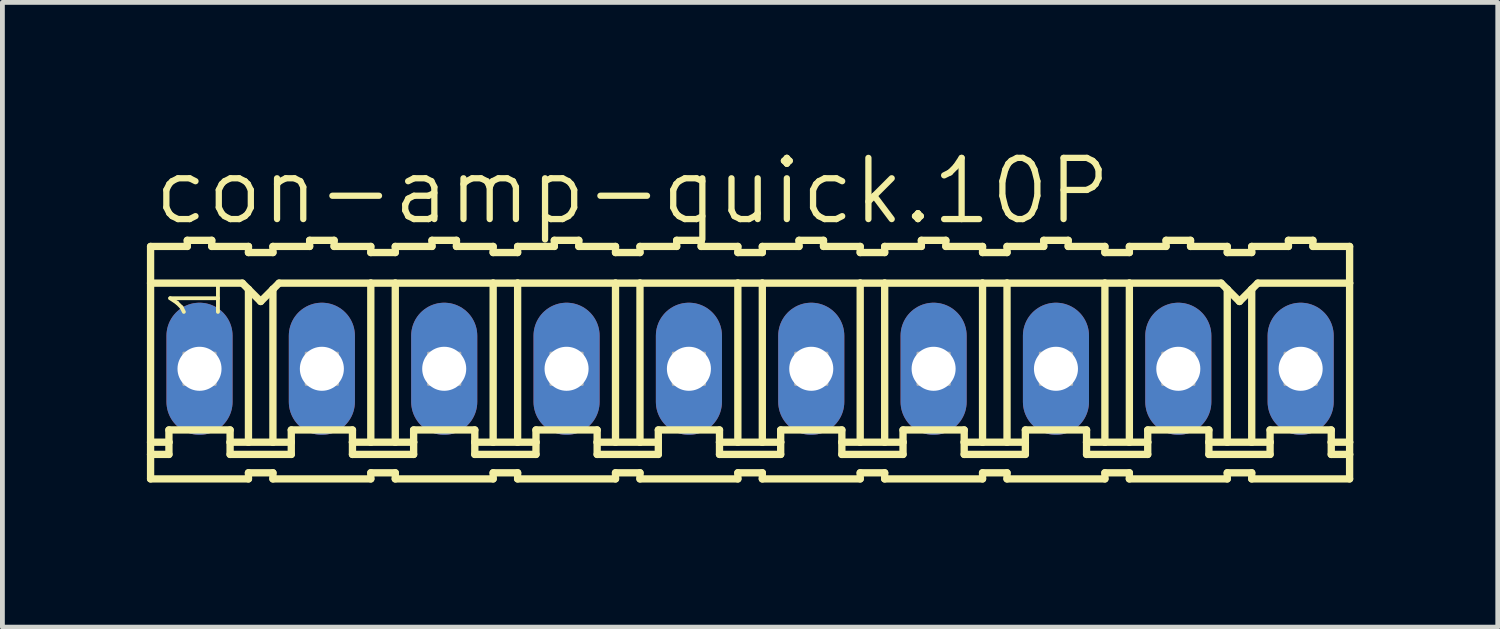
<source format=kicad_pcb>
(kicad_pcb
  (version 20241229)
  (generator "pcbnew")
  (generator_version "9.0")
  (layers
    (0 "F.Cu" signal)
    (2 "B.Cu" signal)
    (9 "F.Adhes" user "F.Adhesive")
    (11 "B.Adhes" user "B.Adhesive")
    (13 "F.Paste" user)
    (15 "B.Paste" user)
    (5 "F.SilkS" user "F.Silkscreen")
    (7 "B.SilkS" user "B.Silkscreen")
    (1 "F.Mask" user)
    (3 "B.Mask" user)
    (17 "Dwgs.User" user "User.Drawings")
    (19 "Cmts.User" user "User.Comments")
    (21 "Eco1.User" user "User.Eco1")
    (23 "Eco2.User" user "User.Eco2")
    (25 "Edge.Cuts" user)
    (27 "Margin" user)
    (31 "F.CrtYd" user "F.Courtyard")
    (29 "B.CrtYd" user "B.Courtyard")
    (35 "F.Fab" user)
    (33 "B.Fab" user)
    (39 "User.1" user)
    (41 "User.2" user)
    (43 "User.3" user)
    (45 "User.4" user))
  (footprint "con-amp-quick.10P"
    (layer "F.Cu")
    (at 12.522 4.606)
    (property "Reference" "con-amp-quick.10P" (at -12.446 -2.946 0) (layer "F.SilkS") (effects (font (size 1.27 1.27) (thickness 0.13)) (justify left bottom)))
    (attr through_hole)
    (fp_line (start -12.446 -2.54) (end -12.446 -1.778) (stroke (width 0.152) (type default)) (layer "F.SilkS"))
    (fp_line (start -12.446 -2.54) (end -11.684 -2.54) (stroke (width 0.152) (type default)) (layer "F.SilkS"))
    (fp_line (start -12.446 -1.778) (end -12.446 1.524) (stroke (width 0.152) (type default)) (layer "F.SilkS"))
    (fp_line (start -12.446 1.524) (end -12.446 1.778) (stroke (width 0.152) (type default)) (layer "F.SilkS"))
    (fp_line (start -12.446 1.778) (end -12.446 2.286) (stroke (width 0.152) (type default)) (layer "F.SilkS"))
    (fp_line (start -12.446 1.778) (end -12.065 1.778) (stroke (width 0.152) (type default)) (layer "F.SilkS"))
    (fp_line (start -12.065 1.27) (end -10.795 1.27) (stroke (width 0.152) (type default)) (layer "F.SilkS"))
    (fp_line (start -12.065 1.524) (end -12.446 1.524) (stroke (width 0.152) (type default)) (layer "F.SilkS"))
    (fp_line (start -12.065 1.524) (end -12.065 1.27) (stroke (width 0.152) (type default)) (layer "F.SilkS"))
    (fp_line (start -12.065 1.778) (end -12.065 1.524) (stroke (width 0.152) (type default)) (layer "F.SilkS"))
    (fp_line (start -11.684 -2.54) (end -11.684 -2.667) (stroke (width 0.152) (type default)) (layer "F.SilkS"))
    (fp_line (start -11.176 -2.667) (end -11.684 -2.667) (stroke (width 0.152) (type default)) (layer "F.SilkS"))
    (fp_line (start -11.176 -2.54) (end -11.176 -2.667) (stroke (width 0.152) (type default)) (layer "F.SilkS"))
    (fp_line (start -10.795 1.524) (end -10.795 1.27) (stroke (width 0.152) (type default)) (layer "F.SilkS"))
    (fp_line (start -10.795 1.524) (end -10.414 1.524) (stroke (width 0.152) (type default)) (layer "F.SilkS"))
    (fp_line (start -10.795 1.778) (end -10.795 1.524) (stroke (width 0.152) (type default)) (layer "F.SilkS"))
    (fp_line (start -10.541 -1.778) (end -12.446 -1.778) (stroke (width 0.152) (type default)) (layer "F.SilkS"))
    (fp_line (start -10.541 -1.778) (end -10.414 -1.651) (stroke (width 0.152) (type default)) (layer "F.SilkS"))
    (fp_line (start -10.414 -2.54) (end -11.176 -2.54) (stroke (width 0.152) (type default)) (layer "F.SilkS"))
    (fp_line (start -10.414 -2.413) (end -10.414 -2.54) (stroke (width 0.152) (type default)) (layer "F.SilkS"))
    (fp_line (start -10.414 -2.413) (end -9.906 -2.413) (stroke (width 0.152) (type default)) (layer "F.SilkS"))
    (fp_line (start -10.414 -1.651) (end -10.414 1.524) (stroke (width 0.152) (type default)) (layer "F.SilkS"))
    (fp_line (start -10.414 -1.651) (end -10.16 -1.397) (stroke (width 0.152) (type default)) (layer "F.SilkS"))
    (fp_line (start -10.414 1.524) (end -9.906 1.524) (stroke (width 0.152) (type default)) (layer "F.SilkS"))
    (fp_line (start -10.414 2.159) (end -10.414 2.286) (stroke (width 0.152) (type default)) (layer "F.SilkS"))
    (fp_line (start -10.414 2.286) (end -12.446 2.286) (stroke (width 0.152) (type default)) (layer "F.SilkS"))
    (fp_line (start -10.16 -1.397) (end -9.906 -1.651) (stroke (width 0.152) (type default)) (layer "F.SilkS"))
    (fp_line (start -9.906 -2.54) (end -9.144 -2.54) (stroke (width 0.152) (type default)) (layer "F.SilkS"))
    (fp_line (start -9.906 -2.413) (end -9.906 -2.54) (stroke (width 0.152) (type default)) (layer "F.SilkS"))
    (fp_line (start -9.906 -1.651) (end -9.906 1.524) (stroke (width 0.152) (type default)) (layer "F.SilkS"))
    (fp_line (start -9.906 -1.651) (end -9.779 -1.778) (stroke (width 0.152) (type default)) (layer "F.SilkS"))
    (fp_line (start -9.906 1.524) (end -9.525 1.524) (stroke (width 0.152) (type default)) (layer "F.SilkS"))
    (fp_line (start -9.906 2.159) (end -10.414 2.159) (stroke (width 0.152) (type default)) (layer "F.SilkS"))
    (fp_line (start -9.906 2.159) (end -9.906 2.286) (stroke (width 0.152) (type default)) (layer "F.SilkS"))
    (fp_line (start -9.906 2.286) (end -7.874 2.286) (stroke (width 0.152) (type default)) (layer "F.SilkS"))
    (fp_line (start -9.779 -1.778) (end -7.874 -1.778) (stroke (width 0.152) (type default)) (layer "F.SilkS"))
    (fp_line (start -9.525 1.27) (end -8.255 1.27) (stroke (width 0.152) (type default)) (layer "F.SilkS"))
    (fp_line (start -9.525 1.524) (end -9.525 1.27) (stroke (width 0.152) (type default)) (layer "F.SilkS"))
    (fp_line (start -9.525 1.778) (end -10.795 1.778) (stroke (width 0.152) (type default)) (layer "F.SilkS"))
    (fp_line (start -9.525 1.778) (end -9.525 1.524) (stroke (width 0.152) (type default)) (layer "F.SilkS"))
    (fp_line (start -9.144 -2.54) (end -9.144 -2.667) (stroke (width 0.152) (type default)) (layer "F.SilkS"))
    (fp_line (start -8.636 -2.667) (end -9.144 -2.667) (stroke (width 0.152) (type default)) (layer "F.SilkS"))
    (fp_line (start -8.636 -2.54) (end -8.636 -2.667) (stroke (width 0.152) (type default)) (layer "F.SilkS"))
    (fp_line (start -8.636 -2.54) (end -7.874 -2.54) (stroke (width 0.152) (type default)) (layer "F.SilkS"))
    (fp_line (start -8.255 1.524) (end -8.255 1.27) (stroke (width 0.152) (type default)) (layer "F.SilkS"))
    (fp_line (start -8.255 1.524) (end -7.874 1.524) (stroke (width 0.152) (type default)) (layer "F.SilkS"))
    (fp_line (start -8.255 1.778) (end -8.255 1.524) (stroke (width 0.152) (type default)) (layer "F.SilkS"))
    (fp_line (start -8.255 1.778) (end -6.985 1.778) (stroke (width 0.152) (type default)) (layer "F.SilkS"))
    (fp_line (start -7.874 -2.413) (end -7.874 -2.54) (stroke (width 0.152) (type default)) (layer "F.SilkS"))
    (fp_line (start -7.874 -1.778) (end -7.874 1.524) (stroke (width 0.152) (type default)) (layer "F.SilkS"))
    (fp_line (start -7.874 -1.778) (end -7.366 -1.778) (stroke (width 0.152) (type default)) (layer "F.SilkS"))
    (fp_line (start -7.874 1.524) (end -7.366 1.524) (stroke (width 0.152) (type default)) (layer "F.SilkS"))
    (fp_line (start -7.874 2.159) (end -7.874 2.286) (stroke (width 0.152) (type default)) (layer "F.SilkS"))
    (fp_line (start -7.366 -2.54) (end -6.604 -2.54) (stroke (width 0.152) (type default)) (layer "F.SilkS"))
    (fp_line (start -7.366 -2.413) (end -7.874 -2.413) (stroke (width 0.152) (type default)) (layer "F.SilkS"))
    (fp_line (start -7.366 -2.413) (end -7.366 -2.54) (stroke (width 0.152) (type default)) (layer "F.SilkS"))
    (fp_line (start -7.366 -1.778) (end -7.366 1.524) (stroke (width 0.152) (type default)) (layer "F.SilkS"))
    (fp_line (start -7.366 -1.778) (end -5.334 -1.778) (stroke (width 0.152) (type default)) (layer "F.SilkS"))
    (fp_line (start -7.366 1.524) (end -6.985 1.524) (stroke (width 0.152) (type default)) (layer "F.SilkS"))
    (fp_line (start -7.366 2.159) (end -7.874 2.159) (stroke (width 0.152) (type default)) (layer "F.SilkS"))
    (fp_line (start -7.366 2.159) (end -7.366 2.286) (stroke (width 0.152) (type default)) (layer "F.SilkS"))
    (fp_line (start -6.985 1.27) (end -5.715 1.27) (stroke (width 0.152) (type default)) (layer "F.SilkS"))
    (fp_line (start -6.985 1.524) (end -6.985 1.27) (stroke (width 0.152) (type default)) (layer "F.SilkS"))
    (fp_line (start -6.985 1.778) (end -6.985 1.524) (stroke (width 0.152) (type default)) (layer "F.SilkS"))
    (fp_line (start -6.604 -2.54) (end -6.604 -2.667) (stroke (width 0.152) (type default)) (layer "F.SilkS"))
    (fp_line (start -6.096 -2.667) (end -6.604 -2.667) (stroke (width 0.152) (type default)) (layer "F.SilkS"))
    (fp_line (start -6.096 -2.54) (end -6.096 -2.667) (stroke (width 0.152) (type default)) (layer "F.SilkS"))
    (fp_line (start -6.096 -2.54) (end -5.334 -2.54) (stroke (width 0.152) (type default)) (layer "F.SilkS"))
    (fp_line (start -5.715 1.524) (end -5.715 1.27) (stroke (width 0.152) (type default)) (layer "F.SilkS"))
    (fp_line (start -5.715 1.524) (end -5.334 1.524) (stroke (width 0.152) (type default)) (layer "F.SilkS"))
    (fp_line (start -5.715 1.778) (end -5.715 1.524) (stroke (width 0.152) (type default)) (layer "F.SilkS"))
    (fp_line (start -5.334 -2.54) (end -5.334 -2.413) (stroke (width 0.152) (type default)) (layer "F.SilkS"))
    (fp_line (start -5.334 -1.778) (end -5.334 1.524) (stroke (width 0.152) (type default)) (layer "F.SilkS"))
    (fp_line (start -5.334 2.159) (end -5.334 2.286) (stroke (width 0.152) (type default)) (layer "F.SilkS"))
    (fp_line (start -5.334 2.286) (end -7.366 2.286) (stroke (width 0.152) (type default)) (layer "F.SilkS"))
    (fp_line (start -4.826 -2.54) (end -4.826 -2.413) (stroke (width 0.152) (type default)) (layer "F.SilkS"))
    (fp_line (start -4.826 -2.54) (end -4.064 -2.54) (stroke (width 0.152) (type default)) (layer "F.SilkS"))
    (fp_line (start -4.826 -2.413) (end -5.334 -2.413) (stroke (width 0.152) (type default)) (layer "F.SilkS"))
    (fp_line (start -4.826 -1.778) (end -5.334 -1.778) (stroke (width 0.152) (type default)) (layer "F.SilkS"))
    (fp_line (start -4.826 -1.778) (end -4.826 1.524) (stroke (width 0.152) (type default)) (layer "F.SilkS"))
    (fp_line (start -4.826 -1.778) (end -2.794 -1.778) (stroke (width 0.152) (type default)) (layer "F.SilkS"))
    (fp_line (start -4.826 1.524) (end -5.334 1.524) (stroke (width 0.152) (type default)) (layer "F.SilkS"))
    (fp_line (start -4.826 2.159) (end -5.334 2.159) (stroke (width 0.152) (type default)) (layer "F.SilkS"))
    (fp_line (start -4.826 2.159) (end -4.826 2.286) (stroke (width 0.152) (type default)) (layer "F.SilkS"))
    (fp_line (start -4.445 1.27) (end -3.175 1.27) (stroke (width 0.152) (type default)) (layer "F.SilkS"))
    (fp_line (start -4.445 1.524) (end -4.826 1.524) (stroke (width 0.152) (type default)) (layer "F.SilkS"))
    (fp_line (start -4.445 1.524) (end -4.445 1.27) (stroke (width 0.152) (type default)) (layer "F.SilkS"))
    (fp_line (start -4.445 1.778) (end -5.715 1.778) (stroke (width 0.152) (type default)) (layer "F.SilkS"))
    (fp_line (start -4.445 1.778) (end -4.445 1.524) (stroke (width 0.152) (type default)) (layer "F.SilkS"))
    (fp_line (start -4.064 -2.54) (end -4.064 -2.667) (stroke (width 0.152) (type default)) (layer "F.SilkS"))
    (fp_line (start -3.556 -2.667) (end -4.064 -2.667) (stroke (width 0.152) (type default)) (layer "F.SilkS"))
    (fp_line (start -3.556 -2.54) (end -3.556 -2.667) (stroke (width 0.152) (type default)) (layer "F.SilkS"))
    (fp_line (start -3.175 1.524) (end -3.175 1.27) (stroke (width 0.152) (type default)) (layer "F.SilkS"))
    (fp_line (start -3.175 1.524) (end -2.794 1.524) (stroke (width 0.152) (type default)) (layer "F.SilkS"))
    (fp_line (start -3.175 1.778) (end -3.175 1.524) (stroke (width 0.152) (type default)) (layer "F.SilkS"))
    (fp_line (start -2.794 -2.54) (end -3.556 -2.54) (stroke (width 0.152) (type default)) (layer "F.SilkS"))
    (fp_line (start -2.794 -2.413) (end -2.794 -2.54) (stroke (width 0.152) (type default)) (layer "F.SilkS"))
    (fp_line (start -2.794 -2.413) (end -2.286 -2.413) (stroke (width 0.152) (type default)) (layer "F.SilkS"))
    (fp_line (start -2.794 -1.778) (end -2.794 1.524) (stroke (width 0.152) (type default)) (layer "F.SilkS"))
    (fp_line (start -2.794 -1.778) (end -2.286 -1.778) (stroke (width 0.152) (type default)) (layer "F.SilkS"))
    (fp_line (start -2.794 1.524) (end -2.286 1.524) (stroke (width 0.152) (type default)) (layer "F.SilkS"))
    (fp_line (start -2.794 2.159) (end -2.794 2.286) (stroke (width 0.152) (type default)) (layer "F.SilkS"))
    (fp_line (start -2.794 2.286) (end -4.826 2.286) (stroke (width 0.152) (type default)) (layer "F.SilkS"))
    (fp_line (start -2.286 -2.54) (end -1.524 -2.54) (stroke (width 0.152) (type default)) (layer "F.SilkS"))
    (fp_line (start -2.286 -2.413) (end -2.286 -2.54) (stroke (width 0.152) (type default)) (layer "F.SilkS"))
    (fp_line (start -2.286 -1.778) (end -2.286 1.524) (stroke (width 0.152) (type default)) (layer "F.SilkS"))
    (fp_line (start -2.286 -1.778) (end -0.254 -1.778) (stroke (width 0.152) (type default)) (layer "F.SilkS"))
    (fp_line (start -2.286 1.524) (end -1.905 1.524) (stroke (width 0.152) (type default)) (layer "F.SilkS"))
    (fp_line (start -2.286 2.159) (end -2.794 2.159) (stroke (width 0.152) (type default)) (layer "F.SilkS"))
    (fp_line (start -2.286 2.159) (end -2.286 2.286) (stroke (width 0.152) (type default)) (layer "F.SilkS"))
    (fp_line (start -1.905 1.27) (end -0.635 1.27) (stroke (width 0.152) (type default)) (layer "F.SilkS"))
    (fp_line (start -1.905 1.524) (end -1.905 1.27) (stroke (width 0.152) (type default)) (layer "F.SilkS"))
    (fp_line (start -1.905 1.778) (end -3.175 1.778) (stroke (width 0.152) (type default)) (layer "F.SilkS"))
    (fp_line (start -1.905 1.778) (end -1.905 1.524) (stroke (width 0.152) (type default)) (layer "F.SilkS"))
    (fp_line (start -1.524 -2.54) (end -1.524 -2.667) (stroke (width 0.152) (type default)) (layer "F.SilkS"))
    (fp_line (start -1.016 -2.667) (end -1.524 -2.667) (stroke (width 0.152) (type default)) (layer "F.SilkS"))
    (fp_line (start -1.016 -2.54) (end -1.016 -2.667) (stroke (width 0.152) (type default)) (layer "F.SilkS"))
    (fp_line (start -0.635 1.524) (end -0.635 1.27) (stroke (width 0.152) (type default)) (layer "F.SilkS"))
    (fp_line (start -0.635 1.524) (end -0.254 1.524) (stroke (width 0.152) (type default)) (layer "F.SilkS"))
    (fp_line (start -0.635 1.778) (end -0.635 1.524) (stroke (width 0.152) (type default)) (layer "F.SilkS"))
    (fp_line (start -0.254 -2.54) (end -1.016 -2.54) (stroke (width 0.152) (type default)) (layer "F.SilkS"))
    (fp_line (start -0.254 -2.413) (end -0.254 -2.54) (stroke (width 0.152) (type default)) (layer "F.SilkS"))
    (fp_line (start -0.254 -2.413) (end 0.254 -2.413) (stroke (width 0.152) (type default)) (layer "F.SilkS"))
    (fp_line (start -0.254 -1.778) (end -0.254 1.524) (stroke (width 0.152) (type default)) (layer "F.SilkS"))
    (fp_line (start -0.254 -1.778) (end 0.254 -1.778) (stroke (width 0.152) (type default)) (layer "F.SilkS"))
    (fp_line (start -0.254 1.524) (end 0.254 1.524) (stroke (width 0.152) (type default)) (layer "F.SilkS"))
    (fp_line (start -0.254 2.159) (end -0.254 2.286) (stroke (width 0.152) (type default)) (layer "F.SilkS"))
    (fp_line (start -0.254 2.286) (end -2.286 2.286) (stroke (width 0.152) (type default)) (layer "F.SilkS"))
    (fp_line (start 0.254 -2.54) (end 1.016 -2.54) (stroke (width 0.152) (type default)) (layer "F.SilkS"))
    (fp_line (start 0.254 -2.413) (end 0.254 -2.54) (stroke (width 0.152) (type default)) (layer "F.SilkS"))
    (fp_line (start 0.254 -1.778) (end 0.254 1.524) (stroke (width 0.152) (type default)) (layer "F.SilkS"))
    (fp_line (start 0.254 -1.778) (end 2.286 -1.778) (stroke (width 0.152) (type default)) (layer "F.SilkS"))
    (fp_line (start 0.254 1.524) (end 0.635 1.524) (stroke (width 0.152) (type default)) (layer "F.SilkS"))
    (fp_line (start 0.254 2.159) (end -0.254 2.159) (stroke (width 0.152) (type default)) (layer "F.SilkS"))
    (fp_line (start 0.254 2.159) (end 0.254 2.286) (stroke (width 0.152) (type default)) (layer "F.SilkS"))
    (fp_line (start 0.635 1.27) (end 1.905 1.27) (stroke (width 0.152) (type default)) (layer "F.SilkS"))
    (fp_line (start 0.635 1.524) (end 0.635 1.27) (stroke (width 0.152) (type default)) (layer "F.SilkS"))
    (fp_line (start 0.635 1.778) (end -0.635 1.778) (stroke (width 0.152) (type default)) (layer "F.SilkS"))
    (fp_line (start 0.635 1.778) (end 0.635 1.524) (stroke (width 0.152) (type default)) (layer "F.SilkS"))
    (fp_line (start 1.016 -2.54) (end 1.016 -2.667) (stroke (width 0.152) (type default)) (layer "F.SilkS"))
    (fp_line (start 1.524 -2.667) (end 1.016 -2.667) (stroke (width 0.152) (type default)) (layer "F.SilkS"))
    (fp_line (start 1.524 -2.54) (end 1.524 -2.667) (stroke (width 0.152) (type default)) (layer "F.SilkS"))
    (fp_line (start 1.905 1.524) (end 1.905 1.27) (stroke (width 0.152) (type default)) (layer "F.SilkS"))
    (fp_line (start 1.905 1.524) (end 2.286 1.524) (stroke (width 0.152) (type default)) (layer "F.SilkS"))
    (fp_line (start 1.905 1.778) (end 1.905 1.524) (stroke (width 0.152) (type default)) (layer "F.SilkS"))
    (fp_line (start 2.286 -2.54) (end 1.524 -2.54) (stroke (width 0.152) (type default)) (layer "F.SilkS"))
    (fp_line (start 2.286 -2.413) (end 2.286 -2.54) (stroke (width 0.152) (type default)) (layer "F.SilkS"))
    (fp_line (start 2.286 -2.413) (end 2.794 -2.413) (stroke (width 0.152) (type default)) (layer "F.SilkS"))
    (fp_line (start 2.286 -1.778) (end 2.286 1.524) (stroke (width 0.152) (type default)) (layer "F.SilkS"))
    (fp_line (start 2.286 -1.778) (end 2.794 -1.778) (stroke (width 0.152) (type default)) (layer "F.SilkS"))
    (fp_line (start 2.286 1.524) (end 2.794 1.524) (stroke (width 0.152) (type default)) (layer "F.SilkS"))
    (fp_line (start 2.286 2.159) (end 2.286 2.286) (stroke (width 0.152) (type default)) (layer "F.SilkS"))
    (fp_line (start 2.286 2.286) (end 0.254 2.286) (stroke (width 0.152) (type default)) (layer "F.SilkS"))
    (fp_line (start 2.794 -2.54) (end 3.556 -2.54) (stroke (width 0.152) (type default)) (layer "F.SilkS"))
    (fp_line (start 2.794 -2.413) (end 2.794 -2.54) (stroke (width 0.152) (type default)) (layer "F.SilkS"))
    (fp_line (start 2.794 -1.778) (end 2.794 1.524) (stroke (width 0.152) (type default)) (layer "F.SilkS"))
    (fp_line (start 2.794 -1.778) (end 4.826 -1.778) (stroke (width 0.152) (type default)) (layer "F.SilkS"))
    (fp_line (start 2.794 1.524) (end 3.175 1.524) (stroke (width 0.152) (type default)) (layer "F.SilkS"))
    (fp_line (start 2.794 2.159) (end 2.286 2.159) (stroke (width 0.152) (type default)) (layer "F.SilkS"))
    (fp_line (start 2.794 2.159) (end 2.794 2.286) (stroke (width 0.152) (type default)) (layer "F.SilkS"))
    (fp_line (start 3.175 1.27) (end 4.445 1.27) (stroke (width 0.152) (type default)) (layer "F.SilkS"))
    (fp_line (start 3.175 1.524) (end 3.175 1.27) (stroke (width 0.152) (type default)) (layer "F.SilkS"))
    (fp_line (start 3.175 1.778) (end 1.905 1.778) (stroke (width 0.152) (type default)) (layer "F.SilkS"))
    (fp_line (start 3.175 1.778) (end 3.175 1.524) (stroke (width 0.152) (type default)) (layer "F.SilkS"))
    (fp_line (start 3.556 -2.54) (end 3.556 -2.667) (stroke (width 0.152) (type default)) (layer "F.SilkS"))
    (fp_line (start 4.064 -2.667) (end 3.556 -2.667) (stroke (width 0.152) (type default)) (layer "F.SilkS"))
    (fp_line (start 4.064 -2.54) (end 4.064 -2.667) (stroke (width 0.152) (type default)) (layer "F.SilkS"))
    (fp_line (start 4.445 1.524) (end 4.445 1.27) (stroke (width 0.152) (type default)) (layer "F.SilkS"))
    (fp_line (start 4.445 1.524) (end 4.826 1.524) (stroke (width 0.152) (type default)) (layer "F.SilkS"))
    (fp_line (start 4.445 1.778) (end 4.445 1.524) (stroke (width 0.152) (type default)) (layer "F.SilkS"))
    (fp_line (start 4.826 -2.54) (end 4.064 -2.54) (stroke (width 0.152) (type default)) (layer "F.SilkS"))
    (fp_line (start 4.826 -2.413) (end 4.826 -2.54) (stroke (width 0.152) (type default)) (layer "F.SilkS"))
    (fp_line (start 4.826 -2.413) (end 5.334 -2.413) (stroke (width 0.152) (type default)) (layer "F.SilkS"))
    (fp_line (start 4.826 -1.778) (end 4.826 1.524) (stroke (width 0.152) (type default)) (layer "F.SilkS"))
    (fp_line (start 4.826 -1.778) (end 5.334 -1.778) (stroke (width 0.152) (type default)) (layer "F.SilkS"))
    (fp_line (start 4.826 1.524) (end 5.334 1.524) (stroke (width 0.152) (type default)) (layer "F.SilkS"))
    (fp_line (start 4.826 2.159) (end 4.826 2.286) (stroke (width 0.152) (type default)) (layer "F.SilkS"))
    (fp_line (start 4.826 2.286) (end 2.794 2.286) (stroke (width 0.152) (type default)) (layer "F.SilkS"))
    (fp_line (start 5.334 -2.54) (end 6.096 -2.54) (stroke (width 0.152) (type default)) (layer "F.SilkS"))
    (fp_line (start 5.334 -2.413) (end 5.334 -2.54) (stroke (width 0.152) (type default)) (layer "F.SilkS"))
    (fp_line (start 5.334 -1.778) (end 5.334 1.524) (stroke (width 0.152) (type default)) (layer "F.SilkS"))
    (fp_line (start 5.334 -1.778) (end 7.366 -1.778) (stroke (width 0.152) (type default)) (layer "F.SilkS"))
    (fp_line (start 5.334 1.524) (end 5.715 1.524) (stroke (width 0.152) (type default)) (layer "F.SilkS"))
    (fp_line (start 5.334 2.159) (end 4.826 2.159) (stroke (width 0.152) (type default)) (layer "F.SilkS"))
    (fp_line (start 5.334 2.159) (end 5.334 2.286) (stroke (width 0.152) (type default)) (layer "F.SilkS"))
    (fp_line (start 5.715 1.27) (end 6.985 1.27) (stroke (width 0.152) (type default)) (layer "F.SilkS"))
    (fp_line (start 5.715 1.524) (end 5.715 1.27) (stroke (width 0.152) (type default)) (layer "F.SilkS"))
    (fp_line (start 5.715 1.778) (end 4.445 1.778) (stroke (width 0.152) (type default)) (layer "F.SilkS"))
    (fp_line (start 5.715 1.778) (end 5.715 1.524) (stroke (width 0.152) (type default)) (layer "F.SilkS"))
    (fp_line (start 6.096 -2.54) (end 6.096 -2.667) (stroke (width 0.152) (type default)) (layer "F.SilkS"))
    (fp_line (start 6.604 -2.667) (end 6.096 -2.667) (stroke (width 0.152) (type default)) (layer "F.SilkS"))
    (fp_line (start 6.604 -2.54) (end 6.604 -2.667) (stroke (width 0.152) (type default)) (layer "F.SilkS"))
    (fp_line (start 6.985 1.524) (end 6.985 1.27) (stroke (width 0.152) (type default)) (layer "F.SilkS"))
    (fp_line (start 6.985 1.524) (end 7.366 1.524) (stroke (width 0.152) (type default)) (layer "F.SilkS"))
    (fp_line (start 6.985 1.778) (end 6.985 1.524) (stroke (width 0.152) (type default)) (layer "F.SilkS"))
    (fp_line (start 7.366 -2.54) (end 6.604 -2.54) (stroke (width 0.152) (type default)) (layer "F.SilkS"))
    (fp_line (start 7.366 -2.413) (end 7.366 -2.54) (stroke (width 0.152) (type default)) (layer "F.SilkS"))
    (fp_line (start 7.366 -2.413) (end 7.874 -2.413) (stroke (width 0.152) (type default)) (layer "F.SilkS"))
    (fp_line (start 7.366 -1.778) (end 7.366 1.524) (stroke (width 0.152) (type default)) (layer "F.SilkS"))
    (fp_line (start 7.366 -1.778) (end 7.874 -1.778) (stroke (width 0.152) (type default)) (layer "F.SilkS"))
    (fp_line (start 7.366 1.524) (end 7.874 1.524) (stroke (width 0.152) (type default)) (layer "F.SilkS"))
    (fp_line (start 7.366 2.159) (end 7.366 2.286) (stroke (width 0.152) (type default)) (layer "F.SilkS"))
    (fp_line (start 7.366 2.286) (end 5.334 2.286) (stroke (width 0.152) (type default)) (layer "F.SilkS"))
    (fp_line (start 7.874 -2.54) (end 8.636 -2.54) (stroke (width 0.152) (type default)) (layer "F.SilkS"))
    (fp_line (start 7.874 -2.413) (end 7.874 -2.54) (stroke (width 0.152) (type default)) (layer "F.SilkS"))
    (fp_line (start 7.874 -1.778) (end 7.874 1.524) (stroke (width 0.152) (type default)) (layer "F.SilkS"))
    (fp_line (start 7.874 -1.778) (end 9.779 -1.778) (stroke (width 0.152) (type default)) (layer "F.SilkS"))
    (fp_line (start 7.874 1.524) (end 8.255 1.524) (stroke (width 0.152) (type default)) (layer "F.SilkS"))
    (fp_line (start 7.874 2.159) (end 7.366 2.159) (stroke (width 0.152) (type default)) (layer "F.SilkS"))
    (fp_line (start 7.874 2.159) (end 7.874 2.286) (stroke (width 0.152) (type default)) (layer "F.SilkS"))
    (fp_line (start 8.255 1.27) (end 9.525 1.27) (stroke (width 0.152) (type default)) (layer "F.SilkS"))
    (fp_line (start 8.255 1.524) (end 8.255 1.27) (stroke (width 0.152) (type default)) (layer "F.SilkS"))
    (fp_line (start 8.255 1.778) (end 6.985 1.778) (stroke (width 0.152) (type default)) (layer "F.SilkS"))
    (fp_line (start 8.255 1.778) (end 8.255 1.524) (stroke (width 0.152) (type default)) (layer "F.SilkS"))
    (fp_line (start 8.636 -2.54) (end 8.636 -2.667) (stroke (width 0.152) (type default)) (layer "F.SilkS"))
    (fp_line (start 9.144 -2.667) (end 8.636 -2.667) (stroke (width 0.152) (type default)) (layer "F.SilkS"))
    (fp_line (start 9.144 -2.54) (end 9.144 -2.667) (stroke (width 0.152) (type default)) (layer "F.SilkS"))
    (fp_line (start 9.144 -2.54) (end 9.906 -2.54) (stroke (width 0.152) (type default)) (layer "F.SilkS"))
    (fp_line (start 9.525 1.524) (end 9.525 1.27) (stroke (width 0.152) (type default)) (layer "F.SilkS"))
    (fp_line (start 9.525 1.524) (end 9.906 1.524) (stroke (width 0.152) (type default)) (layer "F.SilkS"))
    (fp_line (start 9.525 1.778) (end 9.525 1.524) (stroke (width 0.152) (type default)) (layer "F.SilkS"))
    (fp_line (start 9.525 1.778) (end 10.795 1.778) (stroke (width 0.152) (type default)) (layer "F.SilkS"))
    (fp_line (start 9.779 -1.778) (end 9.906 -1.651) (stroke (width 0.152) (type default)) (layer "F.SilkS"))
    (fp_line (start 9.906 -2.413) (end 9.906 -2.54) (stroke (width 0.152) (type default)) (layer "F.SilkS"))
    (fp_line (start 9.906 -1.651) (end 9.906 1.524) (stroke (width 0.152) (type default)) (layer "F.SilkS"))
    (fp_line (start 9.906 -1.651) (end 10.16 -1.397) (stroke (width 0.152) (type default)) (layer "F.SilkS"))
    (fp_line (start 9.906 1.524) (end 10.414 1.524) (stroke (width 0.152) (type default)) (layer "F.SilkS"))
    (fp_line (start 9.906 2.159) (end 9.906 2.286) (stroke (width 0.152) (type default)) (layer "F.SilkS"))
    (fp_line (start 9.906 2.286) (end 7.874 2.286) (stroke (width 0.152) (type default)) (layer "F.SilkS"))
    (fp_line (start 10.16 -1.397) (end 10.414 -1.651) (stroke (width 0.152) (type default)) (layer "F.SilkS"))
    (fp_line (start 10.414 -2.54) (end 11.176 -2.54) (stroke (width 0.152) (type default)) (layer "F.SilkS"))
    (fp_line (start 10.414 -2.413) (end 9.906 -2.413) (stroke (width 0.152) (type default)) (layer "F.SilkS"))
    (fp_line (start 10.414 -2.413) (end 10.414 -2.54) (stroke (width 0.152) (type default)) (layer "F.SilkS"))
    (fp_line (start 10.414 -1.651) (end 10.414 1.524) (stroke (width 0.152) (type default)) (layer "F.SilkS"))
    (fp_line (start 10.414 -1.651) (end 10.541 -1.778) (stroke (width 0.152) (type default)) (layer "F.SilkS"))
    (fp_line (start 10.414 1.524) (end 10.795 1.524) (stroke (width 0.152) (type default)) (layer "F.SilkS"))
    (fp_line (start 10.414 2.159) (end 9.906 2.159) (stroke (width 0.152) (type default)) (layer "F.SilkS"))
    (fp_line (start 10.414 2.159) (end 10.414 2.286) (stroke (width 0.152) (type default)) (layer "F.SilkS"))
    (fp_line (start 10.541 -1.778) (end 12.446 -1.778) (stroke (width 0.152) (type default)) (layer "F.SilkS"))
    (fp_line (start 10.795 1.27) (end 12.065 1.27) (stroke (width 0.152) (type default)) (layer "F.SilkS"))
    (fp_line (start 10.795 1.524) (end 10.795 1.27) (stroke (width 0.152) (type default)) (layer "F.SilkS"))
    (fp_line (start 10.795 1.778) (end 10.795 1.524) (stroke (width 0.152) (type default)) (layer "F.SilkS"))
    (fp_line (start 11.176 -2.54) (end 11.176 -2.667) (stroke (width 0.152) (type default)) (layer "F.SilkS"))
    (fp_line (start 11.684 -2.667) (end 11.176 -2.667) (stroke (width 0.152) (type default)) (layer "F.SilkS"))
    (fp_line (start 11.684 -2.54) (end 11.684 -2.667) (stroke (width 0.152) (type default)) (layer "F.SilkS"))
    (fp_line (start 11.684 -2.54) (end 12.446 -2.54) (stroke (width 0.152) (type default)) (layer "F.SilkS"))
    (fp_line (start 12.065 1.524) (end 12.065 1.27) (stroke (width 0.152) (type default)) (layer "F.SilkS"))
    (fp_line (start 12.065 1.524) (end 12.446 1.524) (stroke (width 0.152) (type default)) (layer "F.SilkS"))
    (fp_line (start 12.065 1.778) (end 12.065 1.524) (stroke (width 0.152) (type default)) (layer "F.SilkS"))
    (fp_line (start 12.446 -1.778) (end 12.446 -2.54) (stroke (width 0.152) (type default)) (layer "F.SilkS"))
    (fp_line (start 12.446 -1.778) (end 12.446 1.524) (stroke (width 0.152) (type default)) (layer "F.SilkS"))
    (fp_line (start 12.446 1.524) (end 12.446 1.778) (stroke (width 0.152) (type default)) (layer "F.SilkS"))
    (fp_line (start 12.446 1.778) (end 12.065 1.778) (stroke (width 0.152) (type default)) (layer "F.SilkS"))
    (fp_line (start 12.446 1.778) (end 12.446 2.286) (stroke (width 0.152) (type default)) (layer "F.SilkS"))
    (fp_line (start 12.446 2.286) (end 10.414 2.286) (stroke (width 0.152) (type default)) (layer "F.SilkS"))
    (fp_rect (start -11.76 0.33) (end -11.1 -0.33) (stroke (width 0.05) (type default)) (fill no) (layer "F.Fab"))
    (fp_rect (start -9.22 0.33) (end -8.56 -0.33) (stroke (width 0.05) (type default)) (fill no) (layer "F.Fab"))
    (fp_rect (start -6.68 0.33) (end -6.02 -0.33) (stroke (width 0.05) (type default)) (fill no) (layer "F.Fab"))
    (fp_rect (start -4.14 0.33) (end -3.48 -0.33) (stroke (width 0.05) (type default)) (fill no) (layer "F.Fab"))
    (fp_rect (start -1.6 0.33) (end -0.94 -0.33) (stroke (width 0.05) (type default)) (fill no) (layer "F.Fab"))
    (fp_rect (start 0.94 0.33) (end 1.6 -0.33) (stroke (width 0.05) (type default)) (fill no) (layer "F.Fab"))
    (fp_rect (start 3.48 0.33) (end 4.14 -0.33) (stroke (width 0.05) (type default)) (fill no) (layer "F.Fab"))
    (fp_rect (start 6.02 0.33) (end 6.68 -0.33) (stroke (width 0.05) (type default)) (fill no) (layer "F.Fab"))
    (fp_rect (start 8.56 0.33) (end 9.22 -0.33) (stroke (width 0.05) (type default)) (fill no) (layer "F.Fab"))
    (fp_rect (start 11.1 0.33) (end 11.76 -0.33) (stroke (width 0.05) (type default)) (fill no) (layer "F.Fab"))
    (fp_text user "1" (at -10.922 -0.94 90) (layer "F.SilkS") (effects (font (size 0.991 0.991) (thickness 0.08)) (justify left bottom)))
    (pad "1" thru_hole oval (at -11.43 0 90) (size 2.743 1.372) (drill 0.914) (layers "*.Cu" "*.Mask"))
    (pad "2" thru_hole oval (at -8.89 0 90) (size 2.743 1.372) (drill 0.914) (layers "*.Cu" "*.Mask"))
    (pad "3" thru_hole oval (at -6.35 0 90) (size 2.743 1.372) (drill 0.914) (layers "*.Cu" "*.Mask"))
    (pad "4" thru_hole oval (at -3.81 0 90) (size 2.743 1.372) (drill 0.914) (layers "*.Cu" "*.Mask"))
    (pad "5" thru_hole oval (at -1.27 0 90) (size 2.743 1.372) (drill 0.914) (layers "*.Cu" "*.Mask"))
    (pad "6" thru_hole oval (at 1.27 0 90) (size 2.743 1.372) (drill 0.914) (layers "*.Cu" "*.Mask"))
    (pad "7" thru_hole oval (at 3.81 0 90) (size 2.743 1.372) (drill 0.914) (layers "*.Cu" "*.Mask"))
    (pad "8" thru_hole oval (at 6.35 0 90) (size 2.743 1.372) (drill 0.914) (layers "*.Cu" "*.Mask"))
    (pad "9" thru_hole oval (at 8.89 0 90) (size 2.743 1.372) (drill 0.914) (layers "*.Cu" "*.Mask"))
    (pad "10" thru_hole oval (at 11.43 0 90) (size 2.743 1.372) (drill 0.914) (layers "*.Cu" "*.Mask")))
  (gr_rect
    (start -3 -3)
    (end 28.044 9.969)
    (stroke (width 0.1) (type default))
    (fill no)
    (layer "Edge.Cuts")))
</source>
